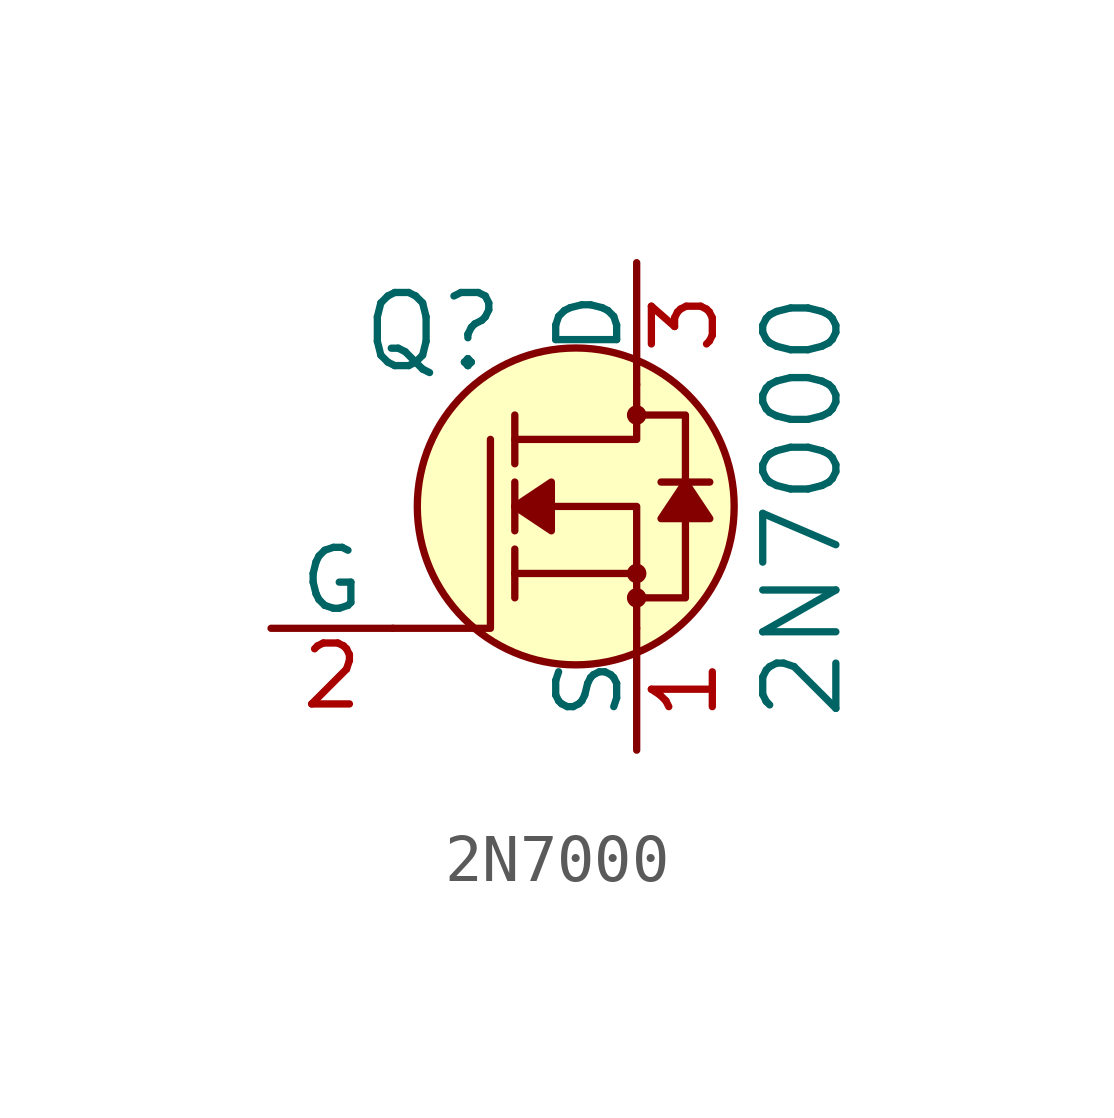
<source format=kicad_sym>
(kicad_symbol_lib
  (version 20231120)
  (generator "kicad_symbol_editor")
  (generator_version "8.0")
  (symbol "2N7000"
    (pin_names
      (offset 0))
    (property "Reference" "Q"
      (at -2.692 3.632 0)
      (effects (font (size 1.524 1.524)) (justify right)))
    (property "Value" "2N7000"
      (at 3.454 0 90)
      (effects (font (size 1.524 1.524))))
    (symbol "2N7000_0_1"
      (circle (center -1.27 0) (radius 3.302) (stroke (width 0) (type solid)) (fill (type background)))
      (circle (center 0 -1.905) (radius 0.127) (stroke (width 0) (type solid)) (fill (type none)))
      (circle (center 0 -1.397) (radius 0.127) (stroke (width 0) (type solid)) (fill (type none)))
      (polyline (pts (xy 0 -1.397) (xy -2.54 -1.397)) (stroke (width 0) (type solid)) (fill (type none)))
      (polyline (pts (xy -5.08 -2.54) (xy -3.048 -2.54) (xy -3.048 1.397)) (stroke (width 0) (type solid)) (fill (type none)))
      (polyline (pts (xy 0 -2.54) (xy 0 0) (xy -2.54 0)) (stroke (width 0) (type solid)) (fill (type none)))
      (polyline (pts (xy 0 2.54) (xy 0 1.397) (xy -2.54 1.397)) (stroke (width 0) (type solid)) (fill (type none)))
      (polyline (pts (xy -0.127 -1.905) (xy 1.016 -1.905) (xy 1.016 1.397) (xy 1.016 1.905) (xy -0.127 1.905)) (stroke (width 0) (type solid)) (fill (type none)))
      (circle (center 0 1.905) (radius 0.127) (stroke (width 0) (type solid)) (fill (type none))))
    (symbol "2N7000_1_1"
      (polyline (pts (xy -2.54 -1.397) (xy -2.54 -1.905)) (stroke (width 0) (type solid)) (fill (type none)))
      (polyline (pts (xy -2.54 -1.397) (xy -2.54 -0.889)) (stroke (width 0) (type solid)) (fill (type none)))
      (polyline (pts (xy -2.54 0) (xy -2.54 -0.508)) (stroke (width 0) (type solid)) (fill (type none)))
      (polyline (pts (xy -2.54 0) (xy -2.54 0.508)) (stroke (width 0) (type solid)) (fill (type none)))
      (polyline (pts (xy -2.54 1.905) (xy -2.54 0.889)) (stroke (width 0) (type solid)) (fill (type none)))
      (polyline (pts (xy 1.524 0.508) (xy 0.508 0.508)) (stroke (width 0) (type solid)) (fill (type none)))
      (polyline (pts (xy -2.54 0) (xy -1.778 0.508) (xy -1.778 -0.508) (xy -2.54 0)) (stroke (width 0) (type solid)) (fill (type outline)))
      (polyline (pts (xy 1.016 0.508) (xy 0.508 -0.254) (xy 1.524 -0.254) (xy 1.016 0.508)) (stroke (width 0) (type solid)) (fill (type outline)))
      (pin passive line (at 0 -5.08 90) (length 2.54) (name "S" (effects (font (size 1.27 1.27)))) (number "1" (effects (font (size 1.27 1.27)))))
      (pin input line (at -7.62 -2.54 0) (length 2.54) (name "G" (effects (font (size 1.27 1.27)))) (number "2" (effects (font (size 1.27 1.27)))))
      (pin passive line (at 0 5.08 270) (length 2.54) (name "D" (effects (font (size 1.27 1.27)))) (number "3" (effects (font (size 1.27 1.27))))))))
</source>
